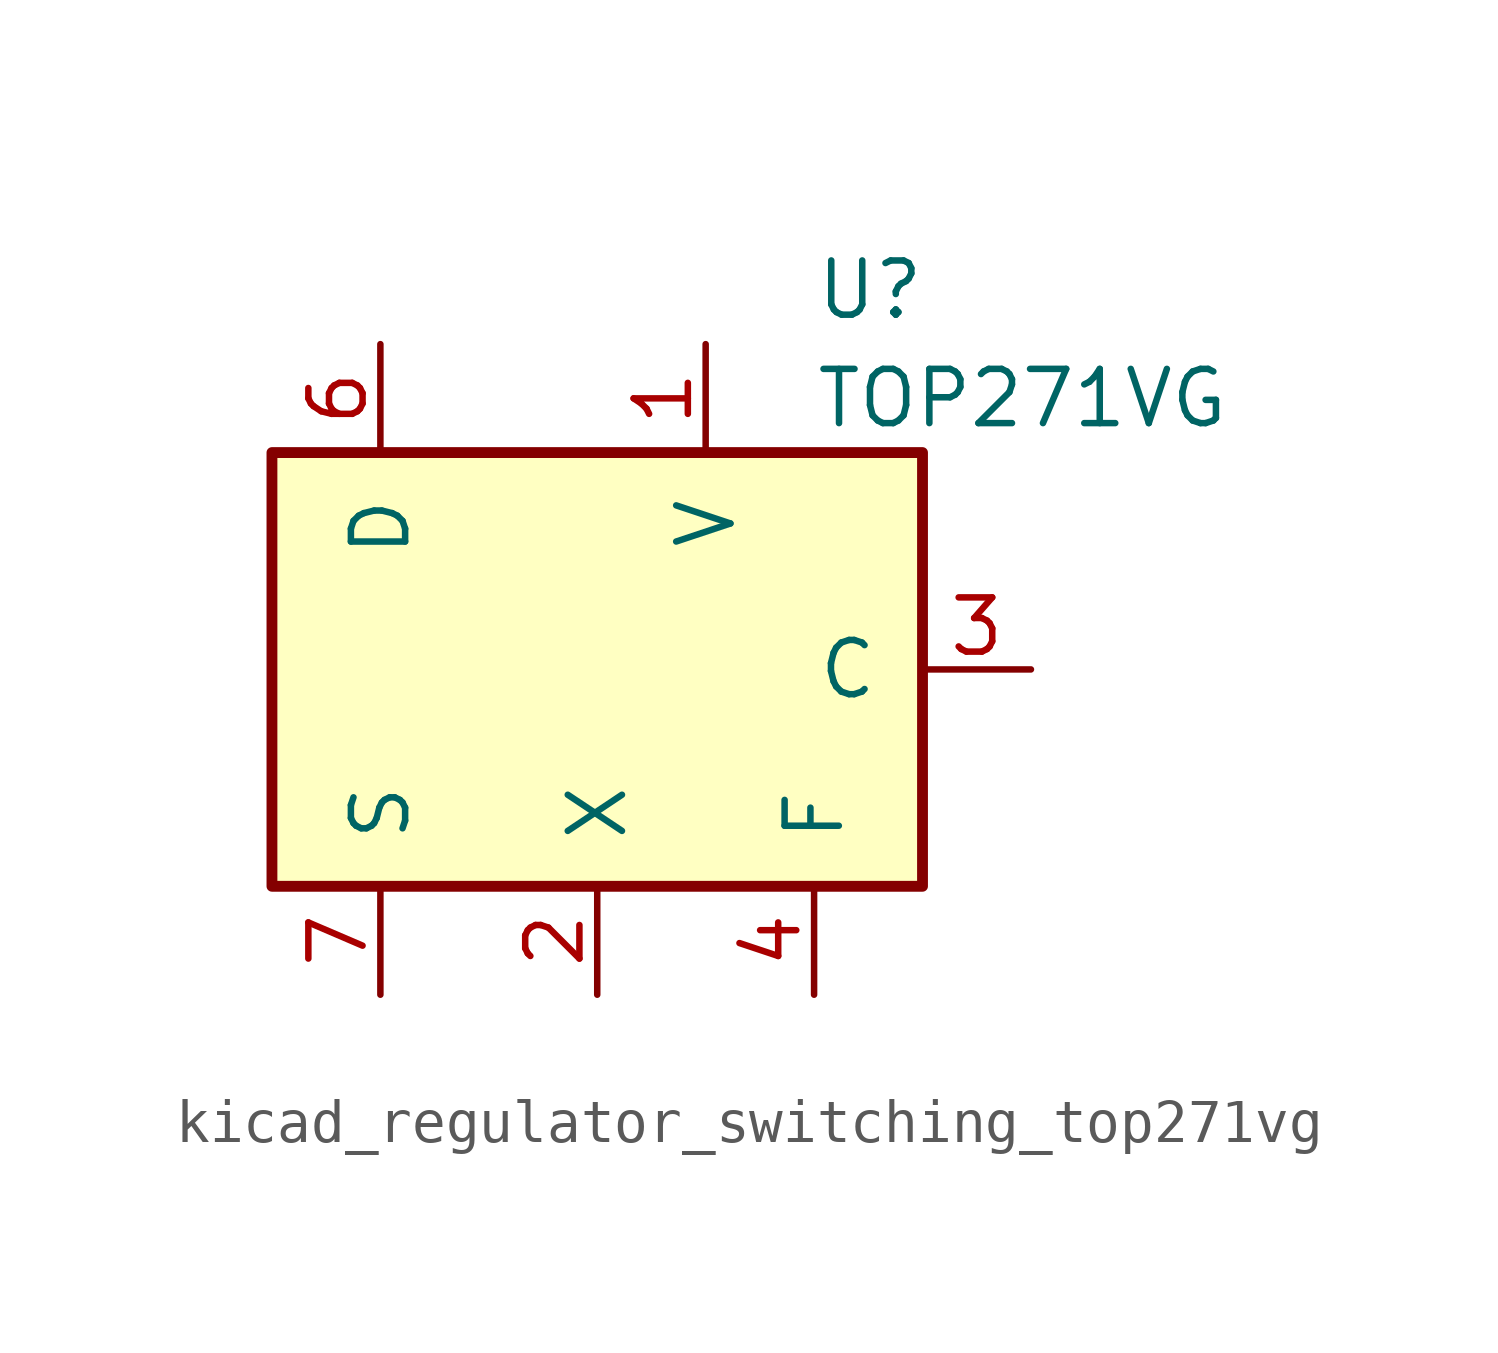
<source format=kicad_sym>
(kicad_symbol_lib
  (version 20220914)
  (generator kicad_symbol_editor)
  (symbol "kicad_regulator_switching_top271vg"
    (pin_names
      (offset 1.016))
    (property "Reference" "U"
      (at 5.08 8.89 0)
      (effects (font (size 1.27 1.27)) (justify left)))
    (property "Value" "TOP271VG"
      (at 5.08 6.35 0)
      (effects (font (size 1.27 1.27)) (justify left)))
    (symbol "kicad_regulator_switching_top271vg_0_1"
      (rectangle (start -7.62 5.08) (end 7.62 -5.08) (stroke (width 0.254) (type default)) (fill (type background))))
    (symbol "kicad_regulator_switching_top271vg_1_1"
      (pin input line (at 2.54 7.62 270) (length 2.54) (name "V" (effects (font (size 1.27 1.27)))) (number "1" (effects (font (size 1.27 1.27)))))
      (pin passive line (at -5.08 -7.62 90) (length 2.54) hide (name "S" (effects (font (size 1.27 1.27)))) (number "10" (effects (font (size 1.27 1.27)))))
      (pin passive line (at -5.08 -7.62 90) (length 2.54) hide (name "S" (effects (font (size 1.27 1.27)))) (number "11" (effects (font (size 1.27 1.27)))))
      (pin passive line (at -5.08 -7.62 90) (length 2.54) hide (name "S" (effects (font (size 1.27 1.27)))) (number "12" (effects (font (size 1.27 1.27)))))
      (pin input line (at 0 -7.62 90) (length 2.54) (name "X" (effects (font (size 1.27 1.27)))) (number "2" (effects (font (size 1.27 1.27)))))
      (pin input line (at 10.16 0 180) (length 2.54) (name "C" (effects (font (size 1.27 1.27)))) (number "3" (effects (font (size 1.27 1.27)))))
      (pin passive line (at 5.08 -7.62 90) (length 2.54) (name "F" (effects (font (size 1.27 1.27)))) (number "4" (effects (font (size 1.27 1.27)))))
      (pin open_collector line (at -5.08 7.62 270) (length 2.54) (name "D" (effects (font (size 1.27 1.27)))) (number "6" (effects (font (size 1.27 1.27)))))
      (pin power_in line (at -5.08 -7.62 90) (length 2.54) (name "S" (effects (font (size 1.27 1.27)))) (number "7" (effects (font (size 1.27 1.27)))))
      (pin passive line (at -5.08 -7.62 90) (length 2.54) hide (name "S" (effects (font (size 1.27 1.27)))) (number "8" (effects (font (size 1.27 1.27)))))
      (pin passive line (at -5.08 -7.62 90) (length 2.54) hide (name "S" (effects (font (size 1.27 1.27)))) (number "9" (effects (font (size 1.27 1.27))))))))
</source>
